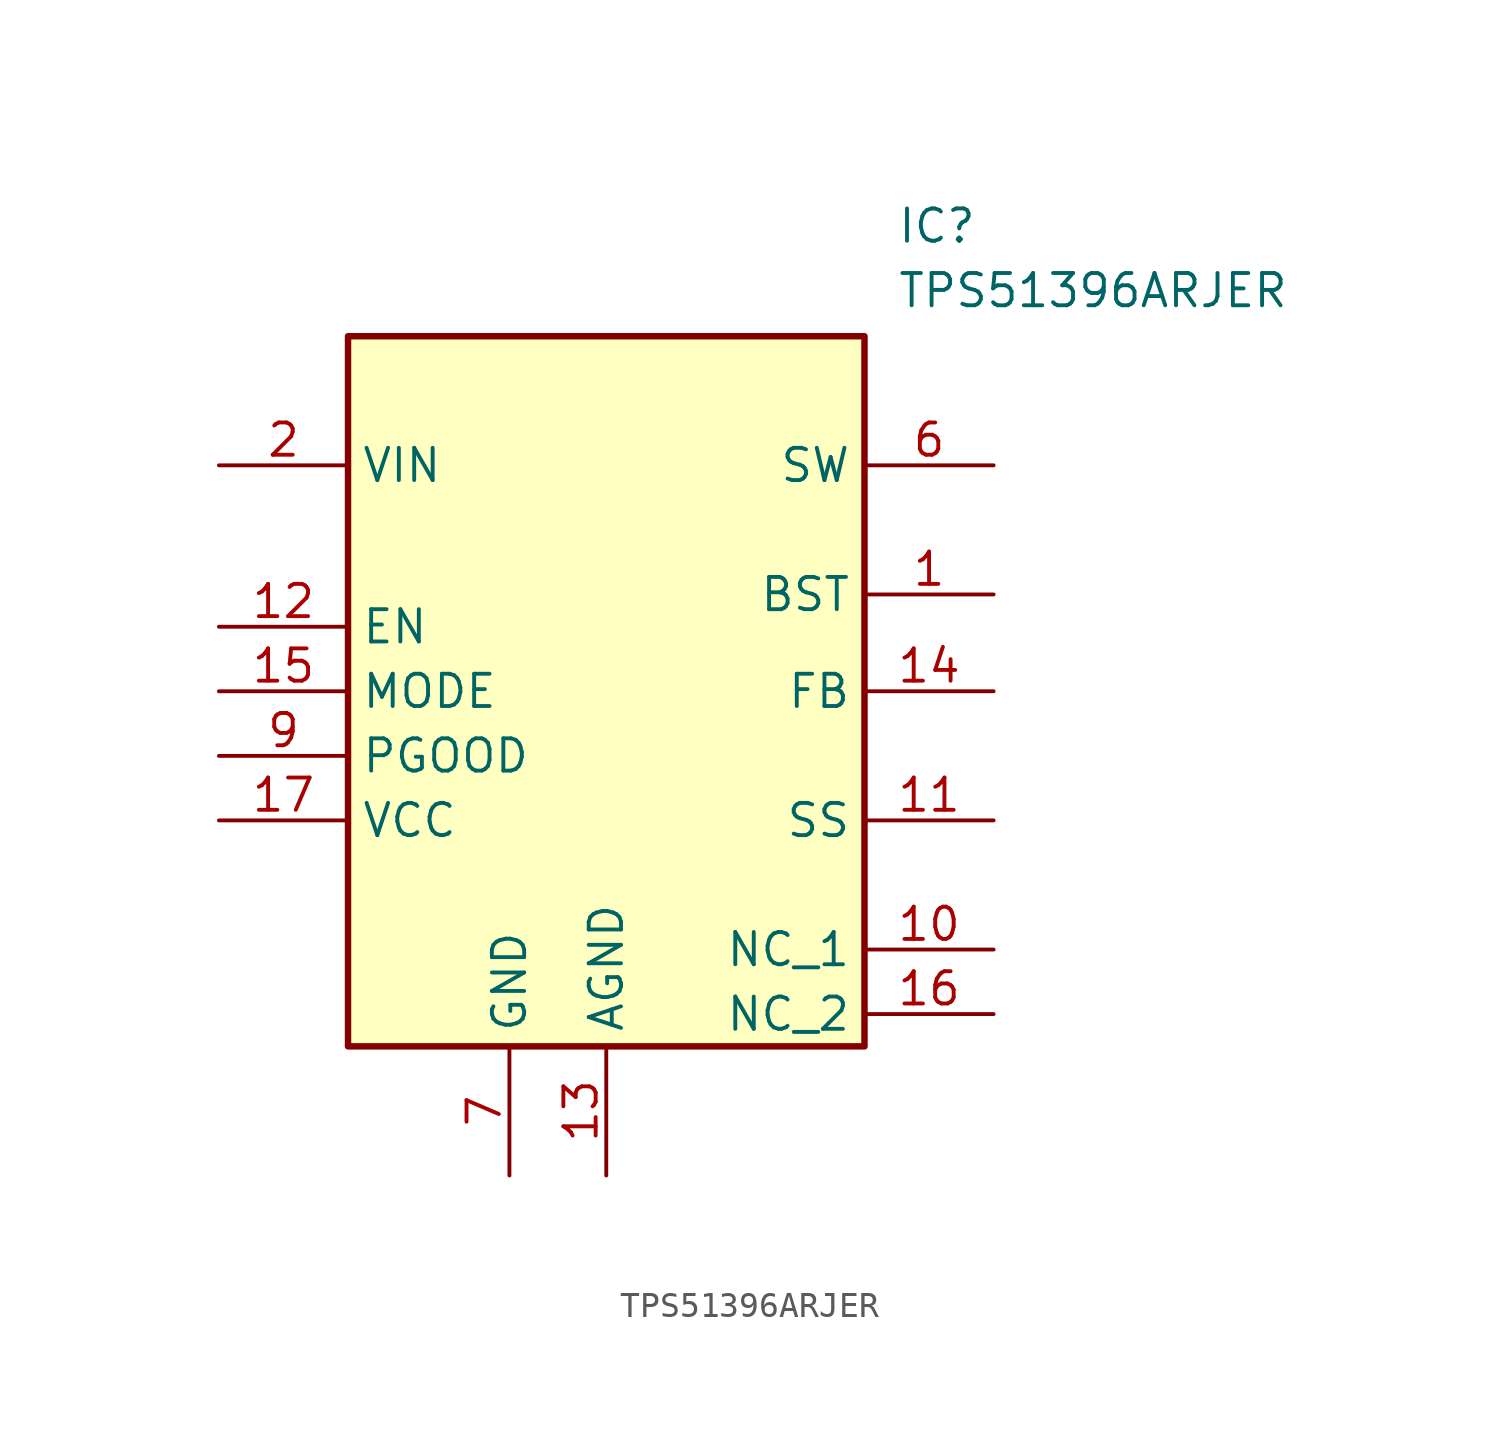
<source format=kicad_sym>
(kicad_symbol_lib
  (version 20220914)
  (generator kicad_symbol_editor)
  (symbol "TPS51396ARJER"
    (property "Reference" "IC"
      (at 26.67 5.08 0)
      (effects (font (size 1.27 1.27)) (justify left top)))
    (property "Value" "TPS51396ARJER"
      (at 26.67 2.54 0)
      (effects (font (size 1.27 1.27)) (justify left top)))
    (symbol "TPS51396ARJER_1_1"
      (rectangle (start 5.08 0) (end 25.4 -27.94) (stroke (width 0.254) (type default)) (fill (type background)))
      (pin passive line (at 30.48 -10.16 180) (length 5.08) (name "BST" (effects (font (size 1.27 1.27)))) (number "1" (effects (font (size 1.27 1.27)))))
      (pin passive line (at 30.48 -24.13 180) (length 5.08) (name "NC_1" (effects (font (size 1.27 1.27)))) (number "10" (effects (font (size 1.27 1.27)))))
      (pin passive line (at 30.48 -19.05 180) (length 5.08) (name "SS" (effects (font (size 1.27 1.27)))) (number "11" (effects (font (size 1.27 1.27)))))
      (pin passive line (at 0 -11.43 0) (length 5.08) (name "EN" (effects (font (size 1.27 1.27)))) (number "12" (effects (font (size 1.27 1.27)))))
      (pin passive line (at 15.24 -33.02 90) (length 5.08) (name "AGND" (effects (font (size 1.27 1.27)))) (number "13" (effects (font (size 1.27 1.27)))))
      (pin passive line (at 30.48 -13.97 180) (length 5.08) (name "FB" (effects (font (size 1.27 1.27)))) (number "14" (effects (font (size 1.27 1.27)))))
      (pin passive line (at 0 -13.97 0) (length 5.08) (name "MODE" (effects (font (size 1.27 1.27)))) (number "15" (effects (font (size 1.27 1.27)))))
      (pin passive line (at 30.48 -26.67 180) (length 5.08) (name "NC_2" (effects (font (size 1.27 1.27)))) (number "16" (effects (font (size 1.27 1.27)))))
      (pin passive line (at 0 -19.05 0) (length 5.08) (name "VCC" (effects (font (size 1.27 1.27)))) (number "17" (effects (font (size 1.27 1.27)))))
      (pin passive line (at 11.43 -33.02 90) (length 5.08) hide (name "GND_3" (effects (font (size 1.27 1.27)))) (number "18" (effects (font (size 1.27 1.27)))))
      (pin passive line (at 30.48 -5.08 180) (length 5.08) hide (name "SW_2" (effects (font (size 1.27 1.27)))) (number "19" (effects (font (size 1.27 1.27)))))
      (pin power_in line (at 0 -5.08 0) (length 5.08) (name "VIN" (effects (font (size 1.27 1.27)))) (number "2" (effects (font (size 1.27 1.27)))))
      (pin passive line (at 30.48 -5.08 180) (length 5.08) hide (name "SW_3" (effects (font (size 1.27 1.27)))) (number "20" (effects (font (size 1.27 1.27)))))
      (pin passive line (at 11.43 -33.02 90) (length 5.08) hide (name "GND_4" (effects (font (size 1.27 1.27)))) (number "21" (effects (font (size 1.27 1.27)))))
      (pin passive line (at 0 -5.08 0) (length 5.08) hide (name "VIN_2" (effects (font (size 1.27 1.27)))) (number "3" (effects (font (size 1.27 1.27)))))
      (pin passive line (at 0 -5.08 0) (length 5.08) hide (name "VIN_3" (effects (font (size 1.27 1.27)))) (number "4" (effects (font (size 1.27 1.27)))))
      (pin passive line (at 0 -5.08 0) (length 5.08) hide (name "VIN_4" (effects (font (size 1.27 1.27)))) (number "5" (effects (font (size 1.27 1.27)))))
      (pin power_out line (at 30.48 -5.08 180) (length 5.08) (name "SW" (effects (font (size 1.27 1.27)))) (number "6" (effects (font (size 1.27 1.27)))))
      (pin power_in line (at 11.43 -33.02 90) (length 5.08) (name "GND" (effects (font (size 1.27 1.27)))) (number "7" (effects (font (size 1.27 1.27)))))
      (pin passive line (at 11.43 -33.02 90) (length 5.08) hide (name "GND_2" (effects (font (size 1.27 1.27)))) (number "8" (effects (font (size 1.27 1.27)))))
      (pin passive line (at 0 -16.51 0) (length 5.08) (name "PGOOD" (effects (font (size 1.27 1.27)))) (number "9" (effects (font (size 1.27 1.27))))))))
</source>
